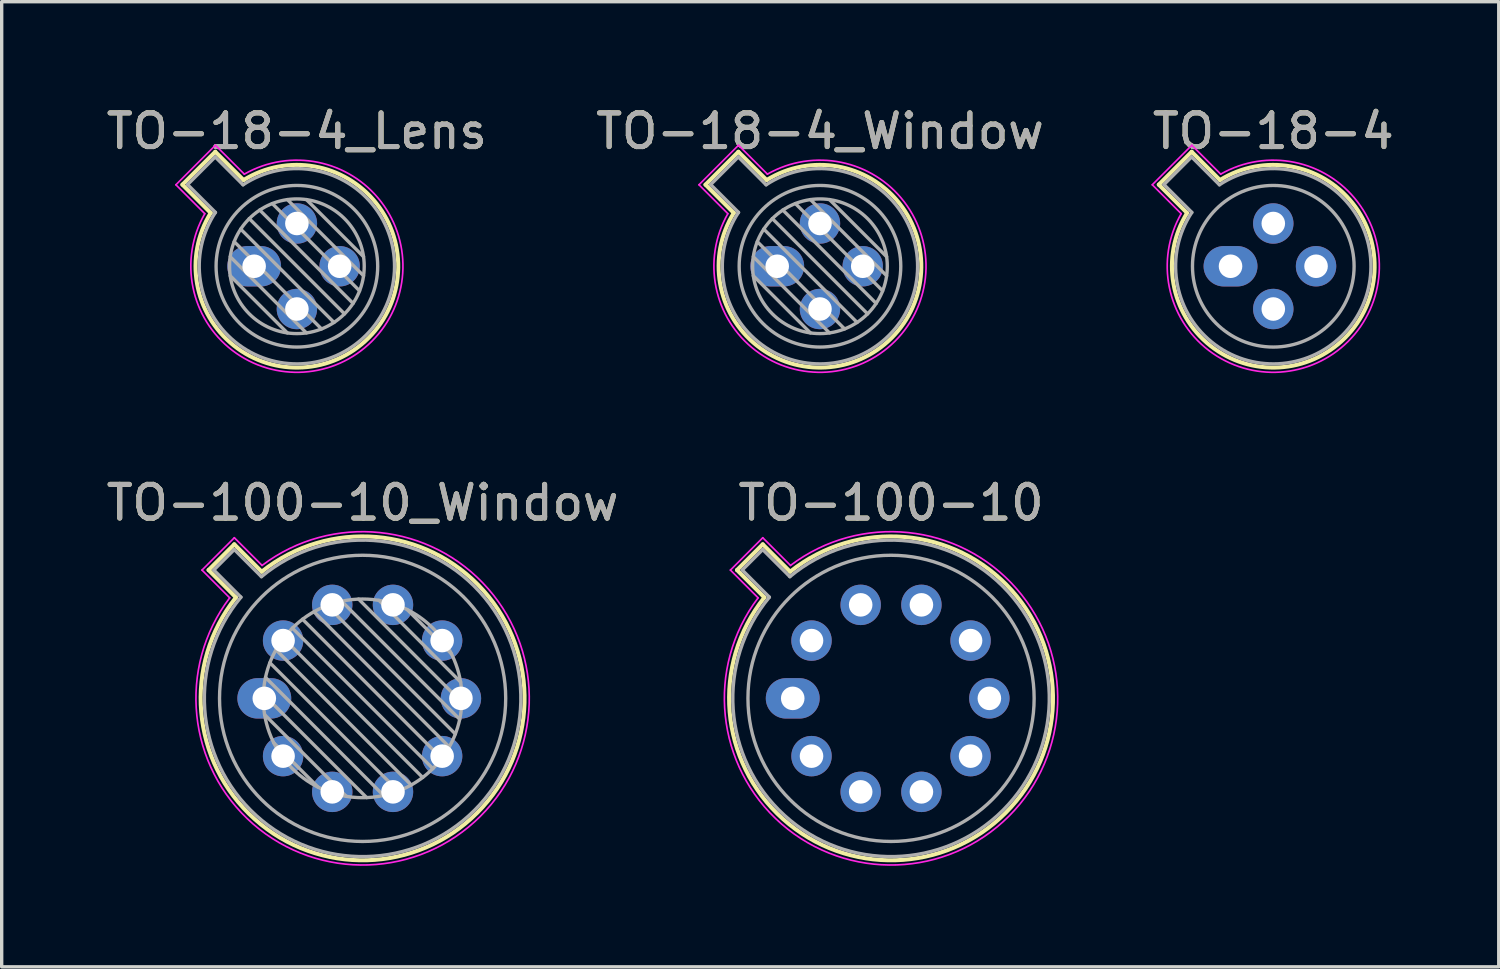
<source format=kicad_pcb>
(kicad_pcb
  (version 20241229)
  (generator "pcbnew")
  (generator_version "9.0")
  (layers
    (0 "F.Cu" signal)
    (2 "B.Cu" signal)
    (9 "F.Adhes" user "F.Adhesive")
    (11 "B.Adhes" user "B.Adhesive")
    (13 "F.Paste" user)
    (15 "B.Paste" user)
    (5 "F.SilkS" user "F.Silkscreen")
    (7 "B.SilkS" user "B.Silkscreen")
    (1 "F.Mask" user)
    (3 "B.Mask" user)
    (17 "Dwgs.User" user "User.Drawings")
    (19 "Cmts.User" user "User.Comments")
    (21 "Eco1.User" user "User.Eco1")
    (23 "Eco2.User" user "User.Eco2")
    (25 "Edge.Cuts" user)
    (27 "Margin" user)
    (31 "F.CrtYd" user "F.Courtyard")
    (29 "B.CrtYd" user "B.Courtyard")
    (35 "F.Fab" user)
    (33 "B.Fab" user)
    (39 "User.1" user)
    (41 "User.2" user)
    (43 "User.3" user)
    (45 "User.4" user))
  (footprint "TO-18-4_Window"
    (layer "F.Cu")
    (at 20.034 4.858)
    (property "Reference" "TO-18-4_Window" (at 1.27 -4.01 0) (layer "F.SilkS") (effects (font (size 1 1) (thickness 0.15))))
    (attr through_hole)
    (fp_line (start -2.13 -2.424) (end -1.29 -1.584) (stroke (width 0.12) (type solid)) (layer "F.SilkS"))
    (fp_line (start -1.154 -3.4) (end -2.13 -2.424) (stroke (width 0.12) (type solid)) (layer "F.SilkS"))
    (fp_line (start -0.314 -2.56) (end -1.154 -3.4) (stroke (width 0.12) (type solid)) (layer "F.SilkS"))
    (fp_arc (start -0.313811 -2.559618) (mid 3.398391 2.128391) (end -1.289618 -1.583811) (stroke (width 0.12) (type solid)) (layer "F.SilkS"))
    (fp_line (start -2.324 -2.42) (end -1.466 -1.562) (stroke (width 0.05) (type solid)) (layer "F.CrtYd"))
    (fp_line (start -1.15 -3.594) (end -2.324 -2.42) (stroke (width 0.05) (type solid)) (layer "F.CrtYd"))
    (fp_line (start -0.292 -2.736) (end -1.15 -3.594) (stroke (width 0.05) (type solid)) (layer "F.CrtYd"))
    (fp_arc (start -0.291775 -2.735573) (mid 3.497386 2.227386) (end -1.465573 -1.561775) (stroke (width 0.05) (type solid)) (layer "F.CrtYd"))
    (fp_line (start -1.977 -2.426) (end -1.149 -1.599) (stroke (width 0.1) (type solid)) (layer "F.Fab"))
    (fp_line (start -1.156 -3.247) (end -1.977 -2.426) (stroke (width 0.1) (type solid)) (layer "F.Fab"))
    (fp_line (start -0.71 -0.283) (end 1.553 1.98) (stroke (width 0.1) (type solid)) (layer "F.Fab"))
    (fp_line (start -0.71 0.283) (end 0.987 1.98) (stroke (width 0.1) (type solid)) (layer "F.Fab"))
    (fp_line (start -0.592 -0.731) (end 2.001 1.862) (stroke (width 0.1) (type solid)) (layer "F.Fab"))
    (fp_line (start -0.399 -1.103) (end 2.373 1.669) (stroke (width 0.1) (type solid)) (layer "F.Fab"))
    (fp_line (start -0.329 -2.419) (end -1.156 -3.247) (stroke (width 0.1) (type solid)) (layer "F.Fab"))
    (fp_line (start -0.145 -1.415) (end 2.685 1.415) (stroke (width 0.1) (type solid)) (layer "F.Fab"))
    (fp_line (start 0.167 -1.669) (end 2.939 1.103) (stroke (width 0.1) (type solid)) (layer "F.Fab"))
    (fp_line (start 0.539 -1.862) (end 3.132 0.731) (stroke (width 0.1) (type solid)) (layer "F.Fab"))
    (fp_line (start 0.987 -1.98) (end 3.25 0.283) (stroke (width 0.1) (type solid)) (layer "F.Fab"))
    (fp_line (start 1.553 -1.98) (end 3.25 -0.283) (stroke (width 0.1) (type solid)) (layer "F.Fab"))
    (fp_arc (start -0.329057 -2.419301) (mid 3.32061 2.05061) (end -1.149301 -1.599057) (stroke (width 0.1) (type solid)) (layer "F.Fab"))
    (fp_circle (center 1.27 0) (end 3.27 0) (stroke (width 0.1) (type solid)) (fill no) (layer "F.Fab"))
    (fp_circle (center 1.27 0) (end 3.67 0) (stroke (width 0.1) (type solid)) (fill no) (layer "F.Fab"))
    (fp_text user "${REFERENCE}" (at 1.27 -4.01 0) (layer "F.Fab") (effects (font (size 1 1) (thickness 0.15))))
    (pad "1" thru_hole oval (at 0 0) (size 1.6 1.2) (drill 0.7) (layers "*.Cu" "*.Mask"))
    (pad "2" thru_hole circle (at 1.27 1.27) (size 1.2 1.2) (drill 0.7) (layers "*.Cu" "*.Mask"))
    (pad "3" thru_hole circle (at 2.54 0) (size 1.2 1.2) (drill 0.7) (layers "*.Cu" "*.Mask"))
    (pad "4" thru_hole circle (at 1.27 -1.27) (size 1.2 1.2) (drill 0.7) (layers "*.Cu" "*.Mask")))
  (footprint "TO-18-4"
    (layer "F.Cu")
    (at 33.498 4.858)
    (property "Reference" "TO-18-4" (at 1.27 -4.01 0) (layer "F.SilkS") (effects (font (size 1 1) (thickness 0.15))))
    (attr through_hole)
    (fp_line (start -2.13 -2.424) (end -1.29 -1.584) (stroke (width 0.12) (type solid)) (layer "F.SilkS"))
    (fp_line (start -1.154 -3.4) (end -2.13 -2.424) (stroke (width 0.12) (type solid)) (layer "F.SilkS"))
    (fp_line (start -0.314 -2.56) (end -1.154 -3.4) (stroke (width 0.12) (type solid)) (layer "F.SilkS"))
    (fp_arc (start -0.313811 -2.559618) (mid 3.398391 2.128391) (end -1.289618 -1.583811) (stroke (width 0.12) (type solid)) (layer "F.SilkS"))
    (fp_line (start -2.324 -2.42) (end -1.466 -1.562) (stroke (width 0.05) (type solid)) (layer "F.CrtYd"))
    (fp_line (start -1.15 -3.594) (end -2.324 -2.42) (stroke (width 0.05) (type solid)) (layer "F.CrtYd"))
    (fp_line (start -0.292 -2.736) (end -1.15 -3.594) (stroke (width 0.05) (type solid)) (layer "F.CrtYd"))
    (fp_arc (start -0.291775 -2.735573) (mid 3.497386 2.227386) (end -1.465573 -1.561775) (stroke (width 0.05) (type solid)) (layer "F.CrtYd"))
    (fp_line (start -1.977 -2.426) (end -1.149 -1.599) (stroke (width 0.1) (type solid)) (layer "F.Fab"))
    (fp_line (start -1.156 -3.247) (end -1.977 -2.426) (stroke (width 0.1) (type solid)) (layer "F.Fab"))
    (fp_line (start -0.329 -2.419) (end -1.156 -3.247) (stroke (width 0.1) (type solid)) (layer "F.Fab"))
    (fp_arc (start -0.329057 -2.419301) (mid 3.32061 2.05061) (end -1.149301 -1.599057) (stroke (width 0.1) (type solid)) (layer "F.Fab"))
    (fp_circle (center 1.27 0) (end 3.67 0) (stroke (width 0.1) (type solid)) (fill no) (layer "F.Fab"))
    (fp_text user "${REFERENCE}" (at 1.27 -4.01 0) (layer "F.Fab") (effects (font (size 1 1) (thickness 0.15))))
    (pad "1" thru_hole oval (at 0 0) (size 1.6 1.2) (drill 0.7) (layers "*.Cu" "*.Mask"))
    (pad "2" thru_hole circle (at 1.27 1.27) (size 1.2 1.2) (drill 0.7) (layers "*.Cu" "*.Mask"))
    (pad "3" thru_hole circle (at 2.54 0) (size 1.2 1.2) (drill 0.7) (layers "*.Cu" "*.Mask"))
    (pad "4" thru_hole circle (at 1.27 -1.27) (size 1.2 1.2) (drill 0.7) (layers "*.Cu" "*.Mask")))
  (footprint "TO-18-4_Lens"
    (layer "F.Cu")
    (at 4.498 4.858)
    (property "Reference" "TO-18-4_Lens" (at 1.27 -4.01 0) (layer "F.SilkS") (effects (font (size 1 1) (thickness 0.15))))
    (attr through_hole)
    (fp_line (start -2.13 -2.424) (end -1.29 -1.584) (stroke (width 0.12) (type solid)) (layer "F.SilkS"))
    (fp_line (start -1.154 -3.4) (end -2.13 -2.424) (stroke (width 0.12) (type solid)) (layer "F.SilkS"))
    (fp_line (start -0.314 -2.56) (end -1.154 -3.4) (stroke (width 0.12) (type solid)) (layer "F.SilkS"))
    (fp_arc (start -0.313811 -2.559618) (mid 3.398391 2.128391) (end -1.289618 -1.583811) (stroke (width 0.12) (type solid)) (layer "F.SilkS"))
    (fp_line (start -2.324 -2.42) (end -1.466 -1.562) (stroke (width 0.05) (type solid)) (layer "F.CrtYd"))
    (fp_line (start -1.15 -3.594) (end -2.324 -2.42) (stroke (width 0.05) (type solid)) (layer "F.CrtYd"))
    (fp_line (start -0.292 -2.736) (end -1.15 -3.594) (stroke (width 0.05) (type solid)) (layer "F.CrtYd"))
    (fp_arc (start -0.291775 -2.735573) (mid 3.497386 2.227386) (end -1.465573 -1.561775) (stroke (width 0.05) (type solid)) (layer "F.CrtYd"))
    (fp_line (start -1.977 -2.426) (end -1.149 -1.599) (stroke (width 0.1) (type solid)) (layer "F.Fab"))
    (fp_line (start -1.156 -3.247) (end -1.977 -2.426) (stroke (width 0.1) (type solid)) (layer "F.Fab"))
    (fp_line (start -0.71 -0.283) (end 1.553 1.98) (stroke (width 0.1) (type solid)) (layer "F.Fab"))
    (fp_line (start -0.71 0.283) (end 0.987 1.98) (stroke (width 0.1) (type solid)) (layer "F.Fab"))
    (fp_line (start -0.592 -0.731) (end 2.001 1.862) (stroke (width 0.1) (type solid)) (layer "F.Fab"))
    (fp_line (start -0.399 -1.103) (end 2.373 1.669) (stroke (width 0.1) (type solid)) (layer "F.Fab"))
    (fp_line (start -0.329 -2.419) (end -1.156 -3.247) (stroke (width 0.1) (type solid)) (layer "F.Fab"))
    (fp_line (start -0.145 -1.415) (end 2.685 1.415) (stroke (width 0.1) (type solid)) (layer "F.Fab"))
    (fp_line (start 0.167 -1.669) (end 2.939 1.103) (stroke (width 0.1) (type solid)) (layer "F.Fab"))
    (fp_line (start 0.539 -1.862) (end 3.132 0.731) (stroke (width 0.1) (type solid)) (layer "F.Fab"))
    (fp_line (start 0.987 -1.98) (end 3.25 0.283) (stroke (width 0.1) (type solid)) (layer "F.Fab"))
    (fp_line (start 1.553 -1.98) (end 3.25 -0.283) (stroke (width 0.1) (type solid)) (layer "F.Fab"))
    (fp_arc (start -0.329057 -2.419301) (mid 3.32061 2.05061) (end -1.149301 -1.599057) (stroke (width 0.1) (type solid)) (layer "F.Fab"))
    (fp_circle (center 1.27 0) (end 3.27 0) (stroke (width 0.1) (type solid)) (fill no) (layer "F.Fab"))
    (fp_circle (center 1.27 0) (end 3.67 0) (stroke (width 0.1) (type solid)) (fill no) (layer "F.Fab"))
    (fp_text user "${REFERENCE}" (at 1.27 -4.01 0) (layer "F.Fab") (effects (font (size 1 1) (thickness 0.15))))
    (pad "1" thru_hole oval (at 0 0) (size 1.6 1.2) (drill 0.7) (layers "*.Cu" "*.Mask"))
    (pad "2" thru_hole circle (at 1.27 1.27) (size 1.2 1.2) (drill 0.7) (layers "*.Cu" "*.Mask"))
    (pad "3" thru_hole circle (at 2.54 0) (size 1.2 1.2) (drill 0.7) (layers "*.Cu" "*.Mask"))
    (pad "4" thru_hole circle (at 1.27 -1.27) (size 1.2 1.2) (drill 0.7) (layers "*.Cu" "*.Mask")))
  (footprint "TO-100-10"
    (layer "F.Cu")
    (at 20.495 17.692)
    (property "Reference" "TO-100-10" (at 2.92 -5.81 0) (layer "F.SilkS") (effects (font (size 1 1) (thickness 0.15))))
    (attr through_hole)
    (fp_line (start -1.655 -3.811) (end -0.842 -2.998) (stroke (width 0.12) (type solid)) (layer "F.SilkS"))
    (fp_line (start -0.891 -4.575) (end -1.655 -3.811) (stroke (width 0.12) (type solid)) (layer "F.SilkS"))
    (fp_line (start -0.078 -3.762) (end -0.891 -4.575) (stroke (width 0.12) (type solid)) (layer "F.SilkS"))
    (fp_arc (start -0.077844 -3.76152) (mid 6.321184 3.401184) (end -0.84152 -2.997844) (stroke (width 0.12) (type solid)) (layer "F.SilkS"))
    (fp_line (start -1.851 -3.81) (end -1.028 -2.986) (stroke (width 0.05) (type solid)) (layer "F.CrtYd"))
    (fp_line (start -0.89 -4.771) (end -1.851 -3.81) (stroke (width 0.05) (type solid)) (layer "F.CrtYd"))
    (fp_line (start -0.066 -3.948) (end -0.89 -4.771) (stroke (width 0.05) (type solid)) (layer "F.CrtYd"))
    (fp_arc (start -0.066162 -3.947827) (mid 6.420179 3.500179) (end -1.027827 -2.986162) (stroke (width 0.05) (type solid)) (layer "F.CrtYd"))
    (fp_line (start -1.5 -3.812) (end -0.694 -3.005) (stroke (width 0.1) (type solid)) (layer "F.Fab"))
    (fp_line (start -0.892 -4.42) (end -1.5 -3.812) (stroke (width 0.1) (type solid)) (layer "F.Fab"))
    (fp_line (start -0.085 -3.614) (end -0.892 -4.42) (stroke (width 0.1) (type solid)) (layer "F.Fab"))
    (fp_arc (start -0.085408 -3.61352) (mid 6.243402 3.323402) (end -0.69352 -3.005408) (stroke (width 0.1) (type solid)) (layer "F.Fab"))
    (fp_circle (center 2.92 0) (end 7.17 0) (stroke (width 0.1) (type solid)) (fill no) (layer "F.Fab"))
    (fp_text user "${REFERENCE}" (at 2.92 -5.81 0) (layer "F.Fab") (effects (font (size 1 1) (thickness 0.15))))
    (pad "1" thru_hole oval (at 0 0) (size 1.6 1.2) (drill 0.7) (layers "*.Cu" "*.Mask"))
    (pad "2" thru_hole circle (at 0.558 1.716) (size 1.2 1.2) (drill 0.7) (layers "*.Cu" "*.Mask"))
    (pad "3" thru_hole circle (at 2.018 2.777) (size 1.2 1.2) (drill 0.7) (layers "*.Cu" "*.Mask"))
    (pad "4" thru_hole circle (at 3.822 2.777) (size 1.2 1.2) (drill 0.7) (layers "*.Cu" "*.Mask"))
    (pad "5" thru_hole circle (at 5.282 1.716) (size 1.2 1.2) (drill 0.7) (layers "*.Cu" "*.Mask"))
    (pad "6" thru_hole circle (at 5.84 0) (size 1.2 1.2) (drill 0.7) (layers "*.Cu" "*.Mask"))
    (pad "7" thru_hole circle (at 5.282 -1.716) (size 1.2 1.2) (drill 0.7) (layers "*.Cu" "*.Mask"))
    (pad "8" thru_hole circle (at 3.822 -2.777) (size 1.2 1.2) (drill 0.7) (layers "*.Cu" "*.Mask"))
    (pad "9" thru_hole circle (at 2.018 -2.777) (size 1.2 1.2) (drill 0.7) (layers "*.Cu" "*.Mask"))
    (pad "10" thru_hole circle (at 0.558 -1.716) (size 1.2 1.2) (drill 0.7) (layers "*.Cu" "*.Mask")))
  (footprint "TO-100-10_Window"
    (layer "F.Cu")
    (at 4.8 17.692)
    (property "Reference" "TO-100-10_Window" (at 2.92 -5.81 0) (layer "F.SilkS") (effects (font (size 1 1) (thickness 0.15))))
    (attr through_hole)
    (fp_line (start -1.655 -3.811) (end -0.842 -2.998) (stroke (width 0.12) (type solid)) (layer "F.SilkS"))
    (fp_line (start -0.891 -4.575) (end -1.655 -3.811) (stroke (width 0.12) (type solid)) (layer "F.SilkS"))
    (fp_line (start -0.078 -3.762) (end -0.891 -4.575) (stroke (width 0.12) (type solid)) (layer "F.SilkS"))
    (fp_arc (start -0.077844 -3.76152) (mid 6.321184 3.401184) (end -0.84152 -2.997844) (stroke (width 0.12) (type solid)) (layer "F.SilkS"))
    (fp_line (start -1.851 -3.81) (end -1.028 -2.986) (stroke (width 0.05) (type solid)) (layer "F.CrtYd"))
    (fp_line (start -0.89 -4.771) (end -1.851 -3.81) (stroke (width 0.05) (type solid)) (layer "F.CrtYd"))
    (fp_line (start -0.066 -3.948) (end -0.89 -4.771) (stroke (width 0.05) (type solid)) (layer "F.CrtYd"))
    (fp_arc (start -0.066162 -3.947827) (mid 6.420179 3.500179) (end -1.027827 -2.986162) (stroke (width 0.05) (type solid)) (layer "F.CrtYd"))
    (fp_line (start -1.5 -3.812) (end -0.694 -3.005) (stroke (width 0.1) (type solid)) (layer "F.Fab"))
    (fp_line (start -0.892 -4.42) (end -1.5 -3.812) (stroke (width 0.1) (type solid)) (layer "F.Fab"))
    (fp_line (start -0.085 -3.614) (end -0.892 -4.42) (stroke (width 0.1) (type solid)) (layer "F.Fab"))
    (fp_line (start -0.028 -0.12) (end 3.04 2.948) (stroke (width 0.1) (type solid)) (layer "F.Fab"))
    (fp_line (start 0.009 0.485) (end 2.435 2.911) (stroke (width 0.1) (type solid)) (layer "F.Fab"))
    (fp_line (start 0.036 -0.622) (end 3.542 2.884) (stroke (width 0.1) (type solid)) (layer "F.Fab"))
    (fp_line (start 0.165 -1.058) (end 3.978 2.755) (stroke (width 0.1) (type solid)) (layer "F.Fab"))
    (fp_line (start 0.283 1.324) (end 1.596 2.637) (stroke (width 0.1) (type solid)) (layer "F.Fab"))
    (fp_line (start 0.346 -1.443) (end 4.363 2.574) (stroke (width 0.1) (type solid)) (layer "F.Fab"))
    (fp_line (start 0.57 -1.784) (end 4.704 2.35) (stroke (width 0.1) (type solid)) (layer "F.Fab"))
    (fp_line (start 0.834 -2.086) (end 5.006 2.086) (stroke (width 0.1) (type solid)) (layer "F.Fab"))
    (fp_line (start 1.136 -2.35) (end 5.27 1.784) (stroke (width 0.1) (type solid)) (layer "F.Fab"))
    (fp_line (start 1.477 -2.574) (end 5.494 1.443) (stroke (width 0.1) (type solid)) (layer "F.Fab"))
    (fp_line (start 1.862 -2.755) (end 5.675 1.058) (stroke (width 0.1) (type solid)) (layer "F.Fab"))
    (fp_line (start 2.298 -2.884) (end 5.804 0.622) (stroke (width 0.1) (type solid)) (layer "F.Fab"))
    (fp_line (start 2.8 -2.948) (end 5.868 0.12) (stroke (width 0.1) (type solid)) (layer "F.Fab"))
    (fp_line (start 3.405 -2.911) (end 5.831 -0.485) (stroke (width 0.1) (type solid)) (layer "F.Fab"))
    (fp_line (start 4.244 -2.637) (end 5.557 -1.324) (stroke (width 0.1) (type solid)) (layer "F.Fab"))
    (fp_arc (start -0.085408 -3.61352) (mid 6.243402 3.323402) (end -0.69352 -3.005408) (stroke (width 0.1) (type solid)) (layer "F.Fab"))
    (fp_circle (center 2.92 0) (end 5.87 0) (stroke (width 0.1) (type solid)) (fill no) (layer "F.Fab"))
    (fp_circle (center 2.92 0) (end 7.17 0) (stroke (width 0.1) (type solid)) (fill no) (layer "F.Fab"))
    (fp_text user "${REFERENCE}" (at 2.92 -5.81 0) (layer "F.Fab") (effects (font (size 1 1) (thickness 0.15))))
    (pad "1" thru_hole oval (at 0 0) (size 1.6 1.2) (drill 0.7) (layers "*.Cu" "*.Mask"))
    (pad "2" thru_hole circle (at 0.558 1.716) (size 1.2 1.2) (drill 0.7) (layers "*.Cu" "*.Mask"))
    (pad "3" thru_hole circle (at 2.018 2.777) (size 1.2 1.2) (drill 0.7) (layers "*.Cu" "*.Mask"))
    (pad "4" thru_hole circle (at 3.822 2.777) (size 1.2 1.2) (drill 0.7) (layers "*.Cu" "*.Mask"))
    (pad "5" thru_hole circle (at 5.282 1.716) (size 1.2 1.2) (drill 0.7) (layers "*.Cu" "*.Mask"))
    (pad "6" thru_hole circle (at 5.84 0) (size 1.2 1.2) (drill 0.7) (layers "*.Cu" "*.Mask"))
    (pad "7" thru_hole circle (at 5.282 -1.716) (size 1.2 1.2) (drill 0.7) (layers "*.Cu" "*.Mask"))
    (pad "8" thru_hole circle (at 3.822 -2.777) (size 1.2 1.2) (drill 0.7) (layers "*.Cu" "*.Mask"))
    (pad "9" thru_hole circle (at 2.018 -2.777) (size 1.2 1.2) (drill 0.7) (layers "*.Cu" "*.Mask"))
    (pad "10" thru_hole circle (at 0.558 -1.716) (size 1.2 1.2) (drill 0.7) (layers "*.Cu" "*.Mask")))
  (gr_rect
    (start -3 -3)
    (end 41.464 25.666)
    (stroke (width 0.1) (type default))
    (fill no)
    (layer "Edge.Cuts")))
</source>
